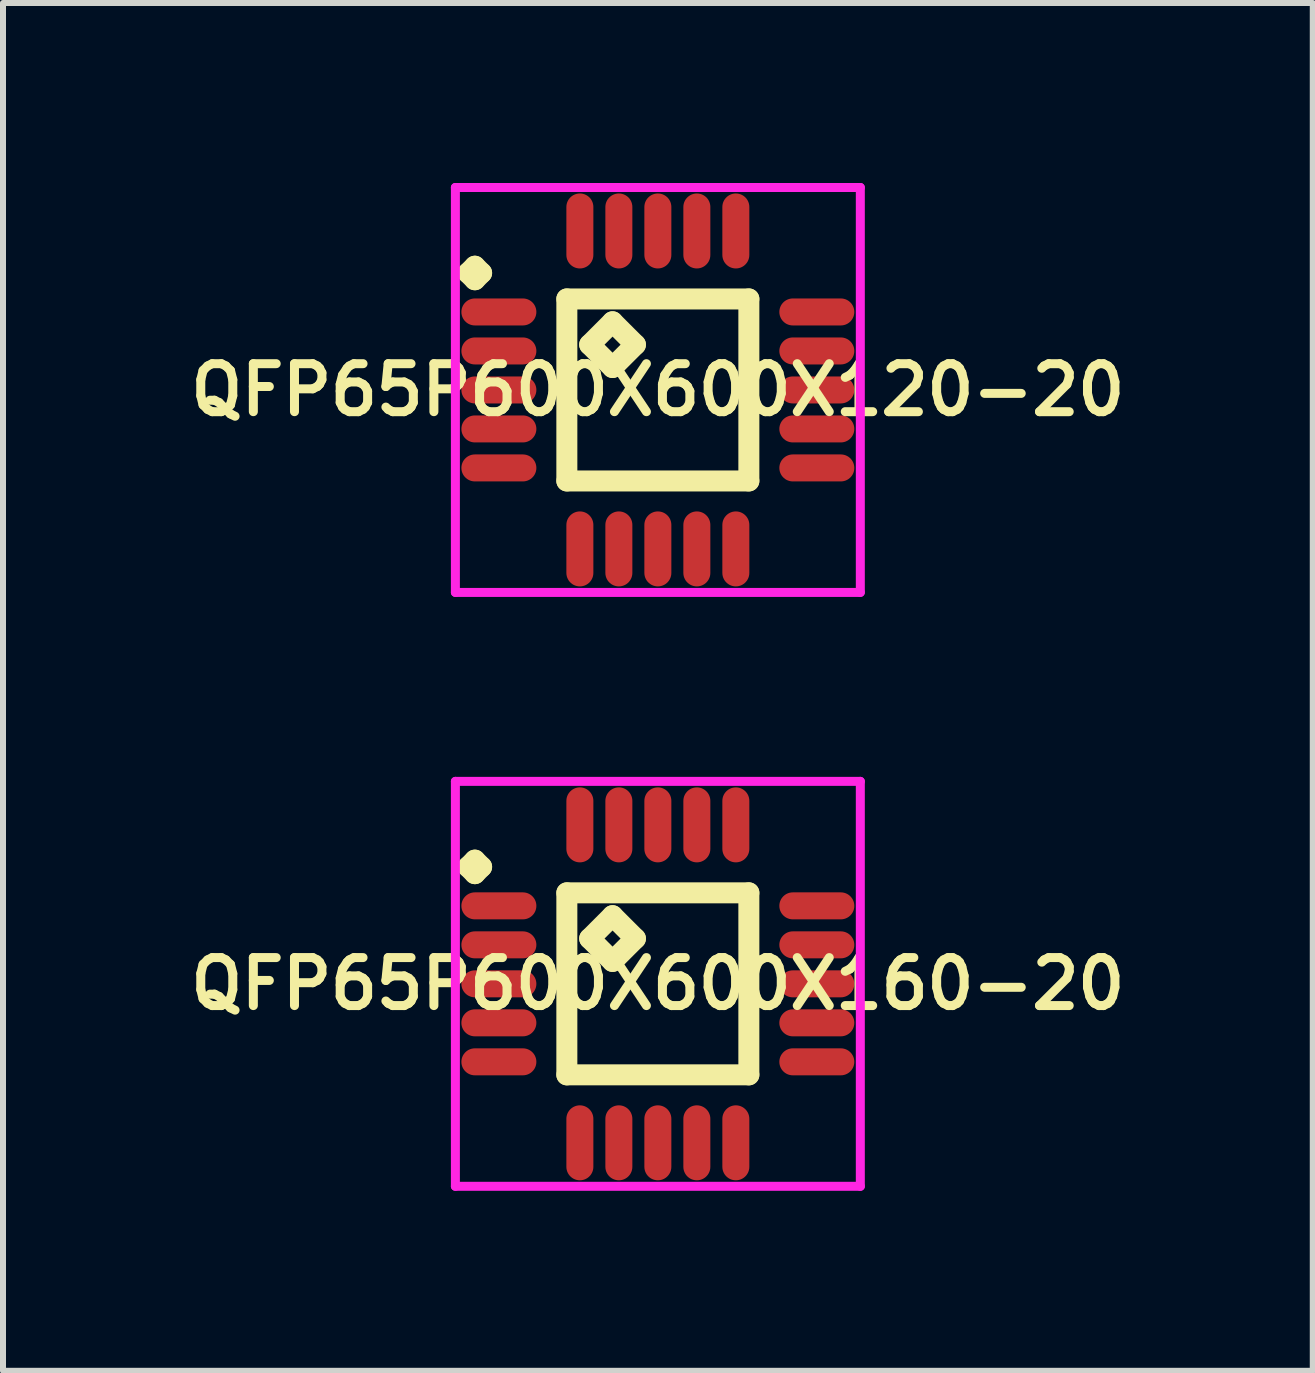
<source format=kicad_pcb>
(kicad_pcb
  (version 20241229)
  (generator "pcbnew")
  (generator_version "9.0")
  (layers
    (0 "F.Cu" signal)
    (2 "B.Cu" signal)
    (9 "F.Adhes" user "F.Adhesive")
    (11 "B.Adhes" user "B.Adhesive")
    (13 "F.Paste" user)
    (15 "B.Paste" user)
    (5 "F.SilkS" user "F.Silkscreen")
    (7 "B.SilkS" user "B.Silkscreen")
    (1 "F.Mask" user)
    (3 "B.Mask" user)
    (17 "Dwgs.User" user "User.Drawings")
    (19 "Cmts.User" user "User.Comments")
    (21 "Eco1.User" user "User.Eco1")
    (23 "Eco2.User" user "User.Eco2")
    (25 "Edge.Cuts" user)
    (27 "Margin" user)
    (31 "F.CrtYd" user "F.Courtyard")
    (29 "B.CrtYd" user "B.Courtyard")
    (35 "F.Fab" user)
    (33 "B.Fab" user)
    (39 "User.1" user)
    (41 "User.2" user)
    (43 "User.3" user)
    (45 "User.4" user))
  (footprint "QFP65P600X600X120-20"
    (layer "F.Cu")
    (at 7.916 3.45)
    (property "Reference" "QFP65P600X600X120-20" (at 0 0 0) (layer "F.SilkS") (effects (font (size 0.8 0.8) (thickness 0.15))))
    (attr through_hole)
    (fp_line (start -3.163 -1.95) (end -3.05 -2.062) (stroke (width 0.35) (type solid)) (layer "F.SilkS"))
    (fp_line (start -3.05 -2.062) (end -2.938 -1.95) (stroke (width 0.35) (type solid)) (layer "F.SilkS"))
    (fp_line (start -3.05 -1.837) (end -3.163 -1.95) (stroke (width 0.35) (type solid)) (layer "F.SilkS"))
    (fp_line (start -2.938 -1.95) (end -3.05 -1.837) (stroke (width 0.35) (type solid)) (layer "F.SilkS"))
    (fp_line (start -1.517 -1.517) (end -1.517 1.517) (stroke (width 0.35) (type solid)) (layer "F.SilkS"))
    (fp_line (start -1.517 1.517) (end 1.517 1.517) (stroke (width 0.35) (type solid)) (layer "F.SilkS"))
    (fp_line (start -1.136 -0.755) (end -0.755 -1.136) (stroke (width 0.35) (type solid)) (layer "F.SilkS"))
    (fp_line (start -0.755 -1.136) (end -0.374 -0.755) (stroke (width 0.35) (type solid)) (layer "F.SilkS"))
    (fp_line (start -0.755 -0.374) (end -1.136 -0.755) (stroke (width 0.35) (type solid)) (layer "F.SilkS"))
    (fp_line (start -0.374 -0.755) (end -0.755 -0.374) (stroke (width 0.35) (type solid)) (layer "F.SilkS"))
    (fp_line (start 1.517 -1.517) (end -1.517 -1.517) (stroke (width 0.35) (type solid)) (layer "F.SilkS"))
    (fp_line (start 1.517 1.517) (end 1.517 -1.517) (stroke (width 0.35) (type solid)) (layer "F.SilkS"))
    (fp_line (start -3.375 -3.375) (end 3.375 -3.375) (stroke (width 0.15) (type solid)) (layer "F.CrtYd"))
    (fp_line (start -3.375 3.375) (end -3.375 -3.375) (stroke (width 0.15) (type solid)) (layer "F.CrtYd"))
    (fp_line (start 3.375 -3.375) (end 3.375 3.375) (stroke (width 0.15) (type solid)) (layer "F.CrtYd"))
    (fp_line (start 3.375 3.375) (end -3.375 3.375) (stroke (width 0.15) (type solid)) (layer "F.CrtYd"))
    (pad "1" smd oval (at -2.65 -1.3) (size 1.25 0.45) (layers "F.Cu" "F.Mask" "F.Paste"))
    (pad "2" smd oval (at -2.65 -0.65) (size 1.25 0.45) (layers "F.Cu" "F.Mask" "F.Paste"))
    (pad "3" smd oval (at -2.65 0) (size 1.25 0.45) (layers "F.Cu" "F.Mask" "F.Paste"))
    (pad "4" smd oval (at -2.65 0.65) (size 1.25 0.45) (layers "F.Cu" "F.Mask" "F.Paste"))
    (pad "5" smd oval (at -2.65 1.3) (size 1.25 0.45) (layers "F.Cu" "F.Mask" "F.Paste"))
    (pad "6" smd oval (at -1.3 2.65) (size 0.45 1.25) (layers "F.Cu" "F.Mask" "F.Paste"))
    (pad "7" smd oval (at -0.65 2.65) (size 0.45 1.25) (layers "F.Cu" "F.Mask" "F.Paste"))
    (pad "8" smd oval (at 0 2.65) (size 0.45 1.25) (layers "F.Cu" "F.Mask" "F.Paste"))
    (pad "9" smd oval (at 0.65 2.65) (size 0.45 1.25) (layers "F.Cu" "F.Mask" "F.Paste"))
    (pad "10" smd oval (at 1.3 2.65) (size 0.45 1.25) (layers "F.Cu" "F.Mask" "F.Paste"))
    (pad "11" smd oval (at 2.65 1.3) (size 1.25 0.45) (layers "F.Cu" "F.Mask" "F.Paste"))
    (pad "12" smd oval (at 2.65 0.65) (size 1.25 0.45) (layers "F.Cu" "F.Mask" "F.Paste"))
    (pad "13" smd oval (at 2.65 0) (size 1.25 0.45) (layers "F.Cu" "F.Mask" "F.Paste"))
    (pad "14" smd oval (at 2.65 -0.65) (size 1.25 0.45) (layers "F.Cu" "F.Mask" "F.Paste"))
    (pad "15" smd oval (at 2.65 -1.3) (size 1.25 0.45) (layers "F.Cu" "F.Mask" "F.Paste"))
    (pad "16" smd oval (at 1.3 -2.65) (size 0.45 1.25) (layers "F.Cu" "F.Mask" "F.Paste"))
    (pad "17" smd oval (at 0.65 -2.65) (size 0.45 1.25) (layers "F.Cu" "F.Mask" "F.Paste"))
    (pad "18" smd oval (at 0 -2.65) (size 0.45 1.25) (layers "F.Cu" "F.Mask" "F.Paste"))
    (pad "19" smd oval (at -0.65 -2.65) (size 0.45 1.25) (layers "F.Cu" "F.Mask" "F.Paste"))
    (pad "20" smd oval (at -1.3 -2.65) (size 0.45 1.25) (layers "F.Cu" "F.Mask" "F.Paste")))
  (footprint "QFP65P600X600X160-20"
    (layer "F.Cu")
    (at 7.916 13.35)
    (property "Reference" "QFP65P600X600X160-20" (at 0 0 0) (layer "F.SilkS") (effects (font (size 0.8 0.8) (thickness 0.15))))
    (attr smd)
    (fp_line (start -3.163 -1.95) (end -3.05 -2.062) (stroke (width 0.35) (type solid)) (layer "F.SilkS"))
    (fp_line (start -3.05 -2.062) (end -2.938 -1.95) (stroke (width 0.35) (type solid)) (layer "F.SilkS"))
    (fp_line (start -3.05 -1.837) (end -3.163 -1.95) (stroke (width 0.35) (type solid)) (layer "F.SilkS"))
    (fp_line (start -2.938 -1.95) (end -3.05 -1.837) (stroke (width 0.35) (type solid)) (layer "F.SilkS"))
    (fp_line (start -1.517 -1.517) (end -1.517 1.517) (stroke (width 0.35) (type solid)) (layer "F.SilkS"))
    (fp_line (start -1.517 1.517) (end 1.517 1.517) (stroke (width 0.35) (type solid)) (layer "F.SilkS"))
    (fp_line (start -1.136 -0.755) (end -0.755 -1.136) (stroke (width 0.35) (type solid)) (layer "F.SilkS"))
    (fp_line (start -0.755 -1.136) (end -0.374 -0.755) (stroke (width 0.35) (type solid)) (layer "F.SilkS"))
    (fp_line (start -0.755 -0.374) (end -1.136 -0.755) (stroke (width 0.35) (type solid)) (layer "F.SilkS"))
    (fp_line (start -0.374 -0.755) (end -0.755 -0.374) (stroke (width 0.35) (type solid)) (layer "F.SilkS"))
    (fp_line (start 1.517 -1.517) (end -1.517 -1.517) (stroke (width 0.35) (type solid)) (layer "F.SilkS"))
    (fp_line (start 1.517 1.517) (end 1.517 -1.517) (stroke (width 0.35) (type solid)) (layer "F.SilkS"))
    (fp_line (start -3.375 -3.375) (end 3.375 -3.375) (stroke (width 0.15) (type solid)) (layer "F.CrtYd"))
    (fp_line (start -3.375 3.375) (end -3.375 -3.375) (stroke (width 0.15) (type solid)) (layer "F.CrtYd"))
    (fp_line (start 3.375 -3.375) (end 3.375 3.375) (stroke (width 0.15) (type solid)) (layer "F.CrtYd"))
    (fp_line (start 3.375 3.375) (end -3.375 3.375) (stroke (width 0.15) (type solid)) (layer "F.CrtYd"))
    (pad "1" smd oval (at -2.65 -1.3) (size 1.25 0.45) (layers "F.Cu" "F.Mask" "F.Paste"))
    (pad "2" smd oval (at -2.65 -0.65) (size 1.25 0.45) (layers "F.Cu" "F.Mask" "F.Paste"))
    (pad "3" smd oval (at -2.65 0) (size 1.25 0.45) (layers "F.Cu" "F.Mask" "F.Paste"))
    (pad "4" smd oval (at -2.65 0.65) (size 1.25 0.45) (layers "F.Cu" "F.Mask" "F.Paste"))
    (pad "5" smd oval (at -2.65 1.3) (size 1.25 0.45) (layers "F.Cu" "F.Mask" "F.Paste"))
    (pad "6" smd oval (at -1.3 2.65) (size 0.45 1.25) (layers "F.Cu" "F.Mask" "F.Paste"))
    (pad "7" smd oval (at -0.65 2.65) (size 0.45 1.25) (layers "F.Cu" "F.Mask" "F.Paste"))
    (pad "8" smd oval (at 0 2.65) (size 0.45 1.25) (layers "F.Cu" "F.Mask" "F.Paste"))
    (pad "9" smd oval (at 0.65 2.65) (size 0.45 1.25) (layers "F.Cu" "F.Mask" "F.Paste"))
    (pad "10" smd oval (at 1.3 2.65) (size 0.45 1.25) (layers "F.Cu" "F.Mask" "F.Paste"))
    (pad "11" smd oval (at 2.65 1.3) (size 1.25 0.45) (layers "F.Cu" "F.Mask" "F.Paste"))
    (pad "12" smd oval (at 2.65 0.65) (size 1.25 0.45) (layers "F.Cu" "F.Mask" "F.Paste"))
    (pad "13" smd oval (at 2.65 0) (size 1.25 0.45) (layers "F.Cu" "F.Mask" "F.Paste"))
    (pad "14" smd oval (at 2.65 -0.65) (size 1.25 0.45) (layers "F.Cu" "F.Mask" "F.Paste"))
    (pad "15" smd oval (at 2.65 -1.3) (size 1.25 0.45) (layers "F.Cu" "F.Mask" "F.Paste"))
    (pad "16" smd oval (at 1.3 -2.65) (size 0.45 1.25) (layers "F.Cu" "F.Mask" "F.Paste"))
    (pad "17" smd oval (at 0.65 -2.65) (size 0.45 1.25) (layers "F.Cu" "F.Mask" "F.Paste"))
    (pad "18" smd oval (at 0 -2.65) (size 0.45 1.25) (layers "F.Cu" "F.Mask" "F.Paste"))
    (pad "19" smd oval (at -0.65 -2.65) (size 0.45 1.25) (layers "F.Cu" "F.Mask" "F.Paste"))
    (pad "20" smd oval (at -1.3 -2.65) (size 0.45 1.25) (layers "F.Cu" "F.Mask" "F.Paste")))
  (gr_rect
    (start -3 -3)
    (end 18.833 19.8)
    (stroke (width 0.1) (type default))
    (fill no)
    (layer "Edge.Cuts")))
</source>
